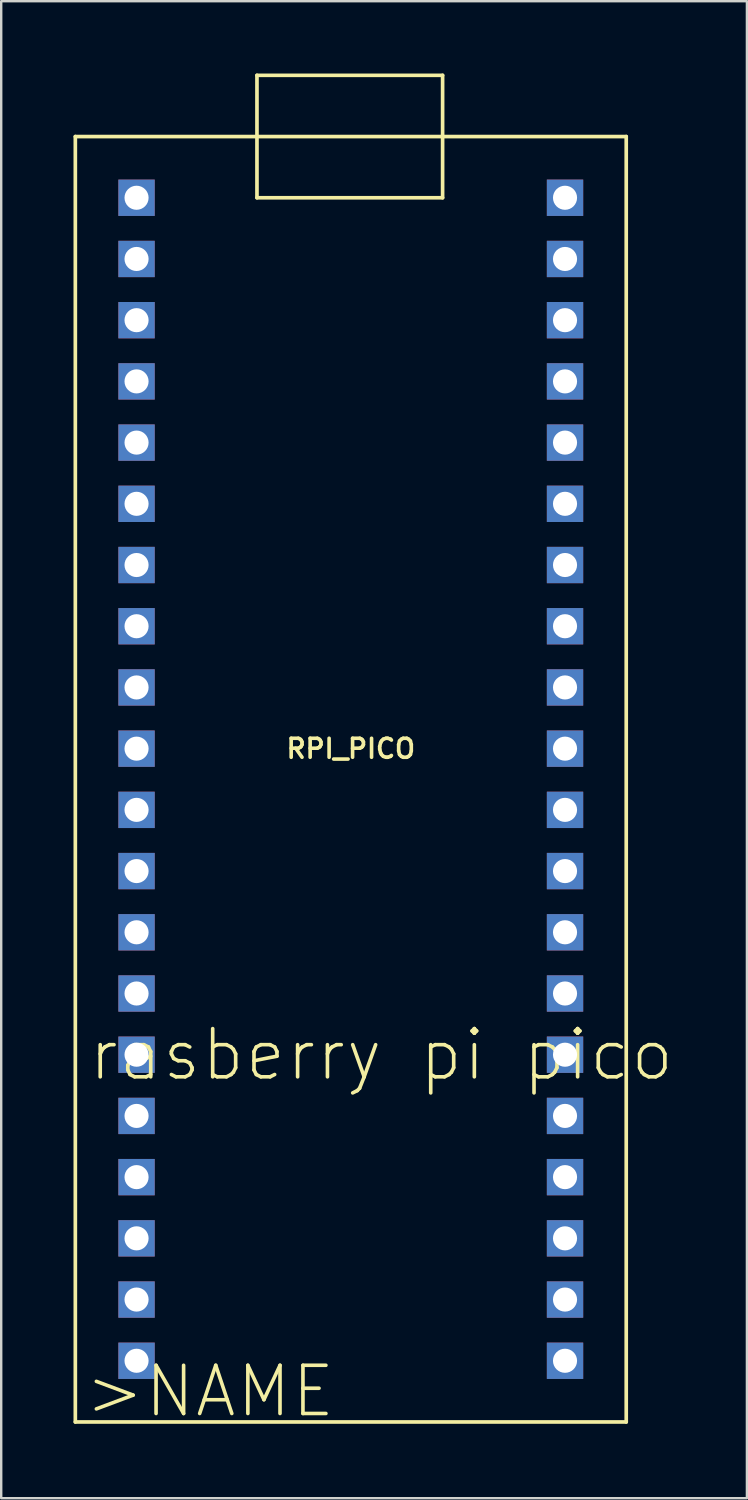
<source format=kicad_pcb>
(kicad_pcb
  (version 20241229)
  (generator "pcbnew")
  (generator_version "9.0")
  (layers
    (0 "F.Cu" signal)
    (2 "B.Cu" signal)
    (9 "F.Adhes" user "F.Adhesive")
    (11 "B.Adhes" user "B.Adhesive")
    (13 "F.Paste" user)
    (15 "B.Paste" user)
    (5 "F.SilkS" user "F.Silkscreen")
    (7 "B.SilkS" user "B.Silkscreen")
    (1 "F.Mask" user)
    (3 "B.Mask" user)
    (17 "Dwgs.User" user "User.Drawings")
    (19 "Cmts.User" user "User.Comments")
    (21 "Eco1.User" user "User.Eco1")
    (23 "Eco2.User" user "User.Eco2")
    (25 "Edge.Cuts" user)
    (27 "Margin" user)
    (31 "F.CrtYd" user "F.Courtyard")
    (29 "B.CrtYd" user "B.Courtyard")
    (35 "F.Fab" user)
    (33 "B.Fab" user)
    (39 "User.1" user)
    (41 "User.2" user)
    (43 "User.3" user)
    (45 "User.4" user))
  (footprint "RPI_PICO"
    (layer "F.Cu")
    (at 11.506 28.016)
    (property "Reference" "RPI_PICO" (at 0 0 0) (layer "F.SilkS") (effects (font (size 0.787 0.787) (thickness 0.15))))
    (attr through_hole)
    (fp_line (start -11.43 -25.4) (end -11.43 27.94) (stroke (width 0.152) (type solid)) (layer "F.SilkS"))
    (fp_line (start -11.43 27.94) (end 11.43 27.94) (stroke (width 0.152) (type solid)) (layer "F.SilkS"))
    (fp_line (start -3.893 -27.94) (end -3.893 -22.86) (stroke (width 0.152) (type solid)) (layer "F.SilkS"))
    (fp_line (start -3.893 -22.86) (end 3.81 -22.86) (stroke (width 0.152) (type solid)) (layer "F.SilkS"))
    (fp_line (start 3.81 -27.94) (end -3.893 -27.94) (stroke (width 0.152) (type solid)) (layer "F.SilkS"))
    (fp_line (start 3.81 -22.86) (end 3.81 -27.94) (stroke (width 0.152) (type solid)) (layer "F.SilkS"))
    (fp_line (start 11.43 -25.4) (end -11.43 -25.4) (stroke (width 0.152) (type solid)) (layer "F.SilkS"))
    (fp_line (start 11.43 27.94) (end 11.43 -25.4) (stroke (width 0.152) (type solid)) (layer "F.SilkS"))
    (fp_text user ">NAME " (at -5.08 26.67 0) (layer "F.SilkS") (effects (font (size 2 2) (thickness 0.15))))
    (fp_text user "rasberry pi pico" (at 1.27 12.7 0) (layer "F.SilkS") (effects (font (size 2 2) (thickness 0.15))))
    (pad "3V3" thru_hole rect (at 8.89 -12.7) (size 1.508 1.508) (drill 1) (layers "*.Cu" "*.Mask"))
    (pad "3V3_EN" thru_hole rect (at 8.89 -15.24) (size 1.508 1.508) (drill 1) (layers "*.Cu" "*.Mask"))
    (pad "ADC_VREF" thru_hole rect (at 8.89 -10.16) (size 1.508 1.508) (drill 1) (layers "*.Cu" "*.Mask"))
    (pad "AGND" thru_hole rect (at 8.89 -5.08) (size 1.508 1.508) (drill 1) (layers "*.Cu" "*.Mask"))
    (pad "GND" thru_hole rect (at 8.89 -17.78) (size 1.508 1.508) (drill 1) (layers "*.Cu" "*.Mask"))
    (pad "GND2" thru_hole rect (at 8.89 7.62) (size 1.508 1.508) (drill 1) (layers "*.Cu" "*.Mask"))
    (pad "GND3" thru_hole rect (at 8.89 20.32) (size 1.508 1.508) (drill 1) (layers "*.Cu" "*.Mask"))
    (pad "GND4" thru_hole rect (at -8.89 -17.78) (size 1.508 1.508) (drill 1) (layers "*.Cu" "*.Mask"))
    (pad "GND5" thru_hole rect (at -8.89 -5.08) (size 1.508 1.508) (drill 1) (layers "*.Cu" "*.Mask"))
    (pad "GND6" thru_hole rect (at -8.89 7.62) (size 1.508 1.508) (drill 1) (layers "*.Cu" "*.Mask"))
    (pad "GND7" thru_hole rect (at -8.89 20.32) (size 1.508 1.508) (drill 1) (layers "*.Cu" "*.Mask"))
    (pad "GP0" thru_hole rect (at -8.89 -22.86) (size 1.508 1.508) (drill 1) (layers "*.Cu" "*.Mask"))
    (pad "GP1" thru_hole rect (at -8.89 -20.32) (size 1.508 1.508) (drill 1) (layers "*.Cu" "*.Mask"))
    (pad "GP2" thru_hole rect (at -8.89 -15.24) (size 1.508 1.508) (drill 1) (layers "*.Cu" "*.Mask"))
    (pad "GP3" thru_hole rect (at -8.89 -12.7) (size 1.508 1.508) (drill 1) (layers "*.Cu" "*.Mask"))
    (pad "GP4" thru_hole rect (at -8.89 -10.16) (size 1.508 1.508) (drill 1) (layers "*.Cu" "*.Mask"))
    (pad "GP5" thru_hole rect (at -8.89 -7.62) (size 1.508 1.508) (drill 1) (layers "*.Cu" "*.Mask"))
    (pad "GP6" thru_hole rect (at -8.89 -2.54) (size 1.508 1.508) (drill 1) (layers "*.Cu" "*.Mask"))
    (pad "GP7" thru_hole rect (at -8.89 0) (size 1.508 1.508) (drill 1) (layers "*.Cu" "*.Mask"))
    (pad "GP8" thru_hole rect (at -8.89 2.54) (size 1.508 1.508) (drill 1) (layers "*.Cu" "*.Mask"))
    (pad "GP9" thru_hole rect (at -8.89 5.08) (size 1.508 1.508) (drill 1) (layers "*.Cu" "*.Mask"))
    (pad "GP10" thru_hole rect (at -8.89 10.16) (size 1.508 1.508) (drill 1) (layers "*.Cu" "*.Mask"))
    (pad "GP11" thru_hole rect (at -8.89 12.7) (size 1.508 1.508) (drill 1) (layers "*.Cu" "*.Mask"))
    (pad "GP12" thru_hole rect (at -8.89 15.24) (size 1.508 1.508) (drill 1) (layers "*.Cu" "*.Mask"))
    (pad "GP13" thru_hole rect (at -8.89 17.78) (size 1.508 1.508) (drill 1) (layers "*.Cu" "*.Mask"))
    (pad "GP14" thru_hole rect (at -8.89 22.86) (size 1.508 1.508) (drill 1) (layers "*.Cu" "*.Mask"))
    (pad "GP15" thru_hole rect (at -8.89 25.4) (size 1.508 1.508) (drill 1) (layers "*.Cu" "*.Mask"))
    (pad "GP16" thru_hole rect (at 8.89 25.4) (size 1.508 1.508) (drill 1) (layers "*.Cu" "*.Mask"))
    (pad "GP17" thru_hole rect (at 8.89 22.86) (size 1.508 1.508) (drill 1) (layers "*.Cu" "*.Mask"))
    (pad "GP18" thru_hole rect (at 8.89 17.78) (size 1.508 1.508) (drill 1) (layers "*.Cu" "*.Mask"))
    (pad "GP19" thru_hole rect (at 8.89 15.24) (size 1.508 1.508) (drill 1) (layers "*.Cu" "*.Mask"))
    (pad "GP20" thru_hole rect (at 8.89 12.7) (size 1.508 1.508) (drill 1) (layers "*.Cu" "*.Mask"))
    (pad "GP21" thru_hole rect (at 8.89 10.16) (size 1.508 1.508) (drill 1) (layers "*.Cu" "*.Mask"))
    (pad "GP22" thru_hole rect (at 8.89 5.08) (size 1.508 1.508) (drill 1) (layers "*.Cu" "*.Mask"))
    (pad "GP26_A0" thru_hole rect (at 8.89 0) (size 1.508 1.508) (drill 1) (layers "*.Cu" "*.Mask"))
    (pad "GP27_A1" thru_hole rect (at 8.89 -2.54) (size 1.508 1.508) (drill 1) (layers "*.Cu" "*.Mask"))
    (pad "GP28_A2" thru_hole rect (at 8.89 -7.62) (size 1.508 1.508) (drill 1) (layers "*.Cu" "*.Mask"))
    (pad "RUN" thru_hole rect (at 8.89 2.54) (size 1.508 1.508) (drill 1) (layers "*.Cu" "*.Mask"))
    (pad "VBUS" thru_hole rect (at 8.89 -22.86) (size 1.508 1.508) (drill 1) (layers "*.Cu" "*.Mask"))
    (pad "VSYS" thru_hole rect (at 8.89 -20.32) (size 1.508 1.508) (drill 1) (layers "*.Cu" "*.Mask")))
  (gr_rect
    (start -3 -3)
    (end 27.944 59.119)
    (stroke (width 0.1) (type default))
    (fill no)
    (layer "Edge.Cuts")))
</source>
